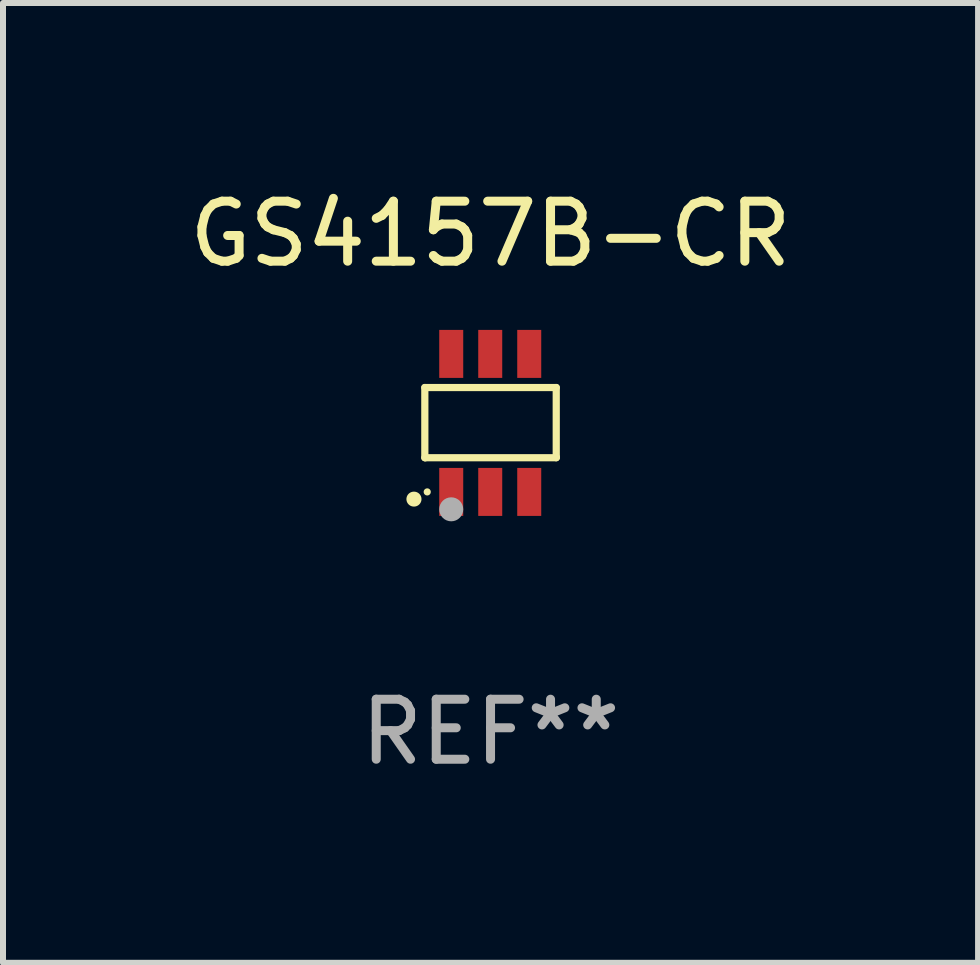
<source format=kicad_pcb>
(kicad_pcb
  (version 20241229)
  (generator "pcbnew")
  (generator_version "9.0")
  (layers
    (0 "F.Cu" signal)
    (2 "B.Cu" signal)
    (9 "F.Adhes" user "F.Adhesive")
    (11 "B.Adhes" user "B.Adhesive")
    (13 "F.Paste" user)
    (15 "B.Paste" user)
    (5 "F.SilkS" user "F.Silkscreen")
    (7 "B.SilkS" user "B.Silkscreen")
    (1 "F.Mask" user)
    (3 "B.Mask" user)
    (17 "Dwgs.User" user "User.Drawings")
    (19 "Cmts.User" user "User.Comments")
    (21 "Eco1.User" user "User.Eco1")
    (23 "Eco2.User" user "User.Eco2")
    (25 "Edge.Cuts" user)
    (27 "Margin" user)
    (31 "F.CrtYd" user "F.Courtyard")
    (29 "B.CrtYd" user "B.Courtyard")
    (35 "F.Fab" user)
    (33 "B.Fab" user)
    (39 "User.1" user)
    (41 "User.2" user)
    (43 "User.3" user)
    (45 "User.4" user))
  (footprint "GS4157B-CR"
    (layer "F.Cu")
    (at 5.125 3.998)
    (property "Reference" "GS4157B-CR" (at 0 -3.15 0) (layer "F.SilkS") (effects (font (size 1 1) (thickness 0.15))))
    (attr through_hole)
    (fp_line (start -1.095 -0.59) (end 1.095 -0.59) (stroke (width 0.12) (type solid)) (layer "F.SilkS"))
    (fp_line (start -1.095 0.58) (end -1.095 -0.59) (stroke (width 0.12) (type solid)) (layer "F.SilkS"))
    (fp_line (start -1.085 0.58) (end -1.095 0.58) (stroke (width 0.12) (type solid)) (layer "F.SilkS"))
    (fp_line (start 1.095 -0.59) (end 1.095 0.57) (stroke (width 0.12) (type solid)) (layer "F.SilkS"))
    (fp_line (start 1.095 0.57) (end 1.095 0.58) (stroke (width 0.12) (type solid)) (layer "F.SilkS"))
    (fp_line (start 1.095 0.58) (end -1.085 0.58) (stroke (width 0.12) (type solid)) (layer "F.SilkS"))
    (fp_arc (start -1.277521 1.270003) (mid -1.276251 1.269996) (end -1.274981 1.270003) (stroke (width 0.24892) (type solid)) (layer "F.SilkS"))
    (fp_circle (center -1.055 1.15) (end -1.025 1.15) (stroke (width 0.06) (type solid)) (fill no) (layer "F.SilkS"))
    (fp_circle (center -0.655 1.44) (end -0.555 1.44) (stroke (width 0.2) (type solid)) (fill no) (layer "F.Fab"))
    (fp_text user "REF**" (at 0 5.15 0) (layer "F.Fab") (effects (font (size 1 1) (thickness 0.15))))
    (pad "1" smd rect (at -0.655 1.15) (size 0.4 0.8) (layers "F.Cu" "F.Mask" "F.Paste"))
    (pad "2" smd rect (at -0.005 1.15) (size 0.4 0.8) (layers "F.Cu" "F.Mask" "F.Paste"))
    (pad "3" smd rect (at 0.645 1.15) (size 0.4 0.8) (layers "F.Cu" "F.Mask" "F.Paste"))
    (pad "4" smd rect (at 0.645 -1.15) (size 0.4 0.8) (layers "F.Cu" "F.Mask" "F.Paste"))
    (pad "5" smd rect (at -0.005 -1.15 180) (size 0.4 0.8) (layers "F.Cu" "F.Mask" "F.Paste"))
    (pad "6" smd rect (at -0.655 -1.15) (size 0.4 0.8) (layers "F.Cu" "F.Mask" "F.Paste")))
  (gr_rect
    (start -3 -3)
    (end 13.25 12.996)
    (stroke (width 0.1) (type default))
    (fill no)
    (layer "Edge.Cuts")))
</source>
